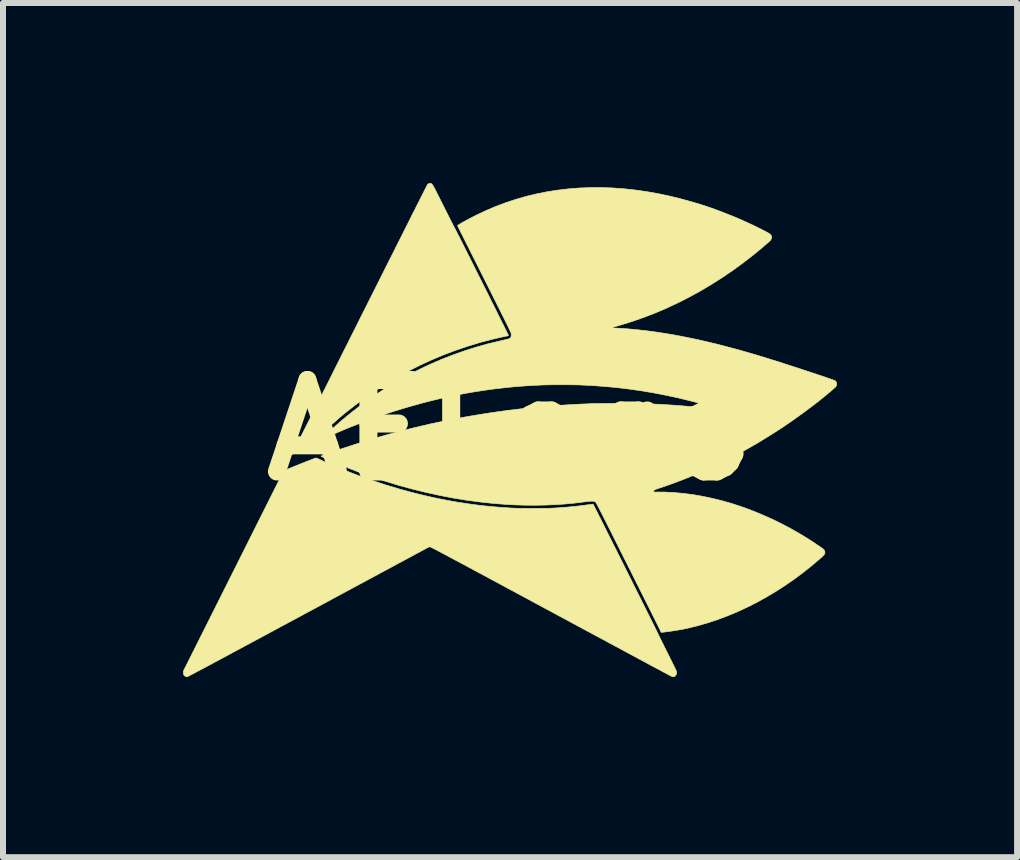
<source format=kicad_pcb>
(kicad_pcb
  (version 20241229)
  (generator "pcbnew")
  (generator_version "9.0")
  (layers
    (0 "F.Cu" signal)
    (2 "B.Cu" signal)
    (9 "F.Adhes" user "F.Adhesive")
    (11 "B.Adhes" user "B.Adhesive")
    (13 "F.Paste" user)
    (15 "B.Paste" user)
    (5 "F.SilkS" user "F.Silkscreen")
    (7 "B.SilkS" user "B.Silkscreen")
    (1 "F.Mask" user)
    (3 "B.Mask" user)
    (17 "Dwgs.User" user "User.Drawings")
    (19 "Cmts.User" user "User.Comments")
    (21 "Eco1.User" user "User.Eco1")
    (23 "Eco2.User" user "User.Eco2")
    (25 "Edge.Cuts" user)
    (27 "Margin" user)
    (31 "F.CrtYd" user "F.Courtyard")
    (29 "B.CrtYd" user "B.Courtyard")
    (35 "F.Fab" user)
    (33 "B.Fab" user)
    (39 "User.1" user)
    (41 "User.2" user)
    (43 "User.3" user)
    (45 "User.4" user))
  (footprint "AELogo"
    (layer "F.Cu")
    (at 5.446 4.115)
    (property "Reference" "AELogo" (at 0 0 0) (layer "F.SilkS") (effects (font (size 1.524 1.524) (thickness 0.3))))
    (attr through_hole)
    (fp_poly (pts (xy -1.323 -4.11) (xy -1.318 -4.109) (xy -1.314 -4.108) (xy -1.31 -4.106) (xy -1.306 -4.104) (xy -1.302 -4.1) (xy -1.297 -4.095) (xy -1.292 -4.087) (xy -1.285 -4.078) (xy -1.278 -4.066) (xy -1.269 -4.05) (xy -1.259 -4.032) (xy -1.247 -4.009) (xy -1.234 -3.983) (xy -1.218 -3.952) (xy -1.2 -3.916) (xy -1.179 -3.875) (xy -1.156 -3.829) (xy -1.13 -3.777) (xy -1.108 -3.732) (xy -1.084 -3.685) (xy -1.061 -3.639) (xy -1.039 -3.596) (xy -1.019 -3.556) (xy -1 -3.518) (xy -0.983 -3.484) (xy -0.967 -3.454) (xy -0.954 -3.428) (xy -0.943 -3.407) (xy -0.935 -3.391) (xy -0.929 -3.381) (xy -0.927 -3.377) (xy -0.927 -3.376) (xy -0.925 -3.373) (xy -0.92 -3.363) (xy -0.912 -3.348) (xy -0.901 -3.327) (xy -0.887 -3.3) (xy -0.872 -3.269) (xy -0.853 -3.233) (xy -0.833 -3.193) (xy -0.811 -3.149) (xy -0.787 -3.102) (xy -0.761 -3.051) (xy -0.734 -2.997) (xy -0.706 -2.94) (xy -0.676 -2.882) (xy -0.646 -2.821) (xy -0.614 -2.758) (xy -0.582 -2.694) (xy -0.55 -2.629) (xy -0.517 -2.563) (xy -0.483 -2.497) (xy -0.45 -2.431) (xy -0.417 -2.365) (xy -0.384 -2.3) (xy -0.352 -2.235) (xy -0.32 -2.171) (xy -0.289 -2.109) (xy -0.259 -2.049) (xy -0.23 -1.991) (xy -0.203 -1.936) (xy -0.176 -1.883) (xy -0.152 -1.833) (xy -0.129 -1.787) (xy -0.107 -1.745) (xy -0.088 -1.706) (xy -0.072 -1.672) (xy -0.057 -1.643) (xy -0.045 -1.619) (xy -0.036 -1.6) (xy -0.029 -1.586) (xy -0.026 -1.579) (xy -0.025 -1.578) (xy -0.028 -1.574) (xy -0.037 -1.57) (xy -0.046 -1.568) (xy -0.081 -1.562) (xy -0.121 -1.553) (xy -0.166 -1.543) (xy -0.214 -1.532) (xy -0.265 -1.52) (xy -0.318 -1.507) (xy -0.37 -1.493) (xy -0.422 -1.48) (xy -0.471 -1.467) (xy -0.518 -1.454) (xy -0.52 -1.453) (xy -0.723 -1.391) (xy -0.923 -1.323) (xy -1.12 -1.248) (xy -1.314 -1.166) (xy -1.505 -1.078) (xy -1.693 -0.983) (xy -1.878 -0.882) (xy -2.059 -0.774) (xy -2.238 -0.66) (xy -2.412 -0.539) (xy -2.584 -0.412) (xy -2.692 -0.328) (xy -2.765 -0.269) (xy -2.835 -0.211) (xy -2.902 -0.152) (xy -2.969 -0.093) (xy -3.037 -0.031) (xy -3.105 0.034) (xy -3.177 0.103) (xy -3.219 0.144) (xy -3.326 0.25) (xy -3.416 0.295) (xy -3.444 0.309) (xy -3.474 0.324) (xy -3.504 0.34) (xy -3.532 0.354) (xy -3.556 0.367) (xy -3.57 0.374) (xy -3.632 0.406) (xy -3.569 0.28) (xy -3.51 0.162) (xy -3.45 0.041) (xy -3.389 -0.08) (xy -3.327 -0.203) (xy -3.266 -0.326) (xy -3.203 -0.45) (xy -3.141 -0.575) (xy -3.078 -0.7) (xy -3.015 -0.825) (xy -2.953 -0.951) (xy -2.89 -1.076) (xy -2.827 -1.201) (xy -2.765 -1.326) (xy -2.702 -1.45) (xy -2.641 -1.573) (xy -2.579 -1.695) (xy -2.519 -1.816) (xy -2.459 -1.936) (xy -2.399 -2.054) (xy -2.341 -2.171) (xy -2.283 -2.286) (xy -2.226 -2.399) (xy -2.171 -2.51) (xy -2.116 -2.618) (xy -2.063 -2.724) (xy -2.011 -2.828) (xy -1.96 -2.928) (xy -1.911 -3.026) (xy -1.864 -3.12) (xy -1.818 -3.211) (xy -1.774 -3.299) (xy -1.732 -3.383) (xy -1.691 -3.463) (xy -1.653 -3.54) (xy -1.617 -3.612) (xy -1.582 -3.679) (xy -1.551 -3.743) (xy -1.521 -3.801) (xy -1.494 -3.855) (xy -1.469 -3.904) (xy -1.447 -3.948) (xy -1.428 -3.986) (xy -1.411 -4.019) (xy -1.397 -4.046) (xy -1.387 -4.067) (xy -1.379 -4.082) (xy -1.374 -4.091) (xy -1.372 -4.094) (xy -1.358 -4.104) (xy -1.34 -4.11) (xy -1.323 -4.11)) (stroke (width 0.01) (type solid)) (fill yes) (layer "F.SilkS"))
    (fp_poly (pts (xy -3.225 0.466) (xy -3.215 0.47) (xy -3.202 0.475) (xy -3.201 0.476) (xy -3.187 0.482) (xy -3.168 0.491) (xy -3.146 0.501) (xy -3.123 0.512) (xy -3.101 0.522) (xy -3.081 0.531) (xy -3.068 0.537) (xy -3.06 0.541) (xy -3.046 0.547) (xy -3.027 0.555) (xy -3.007 0.564) (xy -2.984 0.574) (xy -2.979 0.576) (xy -2.759 0.668) (xy -2.534 0.755) (xy -2.306 0.836) (xy -2.073 0.913) (xy -1.835 0.984) (xy -1.678 1.027) (xy -1.652 1.034) (xy -1.62 1.042) (xy -1.586 1.051) (xy -1.549 1.06) (xy -1.512 1.069) (xy -1.475 1.078) (xy -1.44 1.087) (xy -1.408 1.094) (xy -1.38 1.101) (xy -1.358 1.106) (xy -1.353 1.107) (xy -1.344 1.109) (xy -1.333 1.111) (xy -1.318 1.115) (xy -1.298 1.119) (xy -1.272 1.124) (xy -1.27 1.125) (xy -1.234 1.133) (xy -1.203 1.139) (xy -1.176 1.145) (xy -1.153 1.149) (xy -1.13 1.154) (xy -1.128 1.154) (xy -1.109 1.158) (xy -1.089 1.162) (xy -1.072 1.165) (xy -1.065 1.167) (xy -1.049 1.17) (xy -1.027 1.174) (xy -1.001 1.179) (xy -0.972 1.184) (xy -0.942 1.189) (xy -0.913 1.194) (xy -0.887 1.199) (xy -0.874 1.201) (xy -0.691 1.229) (xy -0.511 1.253) (xy -0.333 1.272) (xy -0.155 1.287) (xy 0.025 1.299) (xy 0.121 1.303) (xy 0.149 1.304) (xy 0.182 1.304) (xy 0.22 1.305) (xy 0.262 1.305) (xy 0.307 1.306) (xy 0.355 1.306) (xy 0.404 1.305) (xy 0.452 1.305) (xy 0.501 1.305) (xy 0.548 1.304) (xy 0.592 1.303) (xy 0.633 1.303) (xy 0.669 1.302) (xy 0.701 1.301) (xy 0.726 1.3) (xy 0.729 1.299) (xy 0.819 1.294) (xy 0.903 1.288) (xy 0.983 1.281) (xy 1.06 1.273) (xy 1.136 1.265) (xy 1.213 1.256) (xy 1.291 1.245) (xy 1.3 1.244) (xy 1.329 1.24) (xy 1.353 1.237) (xy 1.371 1.235) (xy 1.382 1.235) (xy 1.386 1.236) (xy 1.388 1.239) (xy 1.393 1.249) (xy 1.401 1.265) (xy 1.412 1.286) (xy 1.425 1.313) (xy 1.441 1.345) (xy 1.46 1.381) (xy 1.48 1.422) (xy 1.503 1.467) (xy 1.528 1.516) (xy 1.554 1.568) (xy 1.582 1.624) (xy 1.611 1.683) (xy 1.642 1.744) (xy 1.674 1.808) (xy 1.707 1.873) (xy 1.741 1.941) (xy 1.776 2.01) (xy 1.811 2.081) (xy 1.847 2.152) (xy 1.883 2.224) (xy 1.919 2.296) (xy 1.955 2.368) (xy 1.991 2.44) (xy 2.027 2.512) (xy 2.062 2.582) (xy 2.097 2.652) (xy 2.131 2.72) (xy 2.164 2.786) (xy 2.196 2.85) (xy 2.227 2.912) (xy 2.257 2.972) (xy 2.285 3.029) (xy 2.312 3.082) (xy 2.337 3.132) (xy 2.36 3.178) (xy 2.381 3.22) (xy 2.4 3.258) (xy 2.416 3.291) (xy 2.43 3.319) (xy 2.441 3.342) (xy 2.45 3.36) (xy 2.455 3.371) (xy 2.458 3.377) (xy 2.458 3.377) (xy 2.46 3.381) (xy 2.464 3.391) (xy 2.472 3.406) (xy 2.482 3.427) (xy 2.494 3.452) (xy 2.509 3.482) (xy 2.525 3.515) (xy 2.544 3.552) (xy 2.563 3.591) (xy 2.584 3.634) (xy 2.606 3.678) (xy 2.618 3.7) (xy 2.644 3.753) (xy 2.667 3.8) (xy 2.688 3.841) (xy 2.705 3.876) (xy 2.72 3.907) (xy 2.733 3.933) (xy 2.744 3.955) (xy 2.753 3.974) (xy 2.76 3.989) (xy 2.766 4.002) (xy 2.77 4.011) (xy 2.773 4.019) (xy 2.775 4.025) (xy 2.776 4.03) (xy 2.777 4.034) (xy 2.777 4.038) (xy 2.777 4.039) (xy 2.774 4.06) (xy 2.766 4.078) (xy 2.755 4.093) (xy 2.741 4.105) (xy 2.724 4.11) (xy 2.707 4.11) (xy 2.706 4.11) (xy 2.702 4.108) (xy 2.692 4.103) (xy 2.676 4.094) (xy 2.654 4.083) (xy 2.627 4.068) (xy 2.594 4.05) (xy 2.555 4.03) (xy 2.512 4.006) (xy 2.463 3.98) (xy 2.41 3.952) (xy 2.352 3.921) (xy 2.289 3.887) (xy 2.222 3.851) (xy 2.151 3.813) (xy 2.076 3.772) (xy 1.997 3.73) (xy 1.915 3.686) (xy 1.829 3.639) (xy 1.739 3.591) (xy 1.647 3.542) (xy 1.552 3.49) (xy 1.453 3.437) (xy 1.353 3.383) (xy 1.249 3.328) (xy 1.144 3.271) (xy 1.036 3.213) (xy 0.927 3.154) (xy 0.815 3.094) (xy 0.703 3.033) (xy 0.69 3.026) (xy 0.552 2.952) (xy 0.421 2.882) (xy 0.296 2.814) (xy 0.177 2.75) (xy 0.064 2.689) (xy -0.044 2.631) (xy -0.146 2.576) (xy -0.243 2.524) (xy -0.334 2.475) (xy -0.42 2.428) (xy -0.502 2.385) (xy -0.578 2.344) (xy -0.65 2.305) (xy -0.717 2.269) (xy -0.78 2.235) (xy -0.839 2.204) (xy -0.893 2.175) (xy -0.944 2.148) (xy -0.99 2.123) (xy -1.033 2.1) (xy -1.072 2.079) (xy -1.108 2.06) (xy -1.141 2.042) (xy -1.17 2.027) (xy -1.197 2.013) (xy -1.22 2) (xy -1.241 1.989) (xy -1.26 1.98) (xy -1.276 1.972) (xy -1.289 1.965) (xy -1.301 1.959) (xy -1.31 1.954) (xy -1.318 1.951) (xy -1.323 1.948) (xy -1.328 1.946) (xy -1.33 1.945) (xy -1.332 1.945) (xy -1.345 1.947) (xy -1.358 1.951) (xy -1.362 1.953) (xy -1.366 1.955) (xy -1.376 1.96) (xy -1.392 1.969) (xy -1.415 1.981) (xy -1.442 1.996) (xy -1.476 2.014) (xy -1.514 2.035) (xy -1.558 2.058) (xy -1.607 2.085) (xy -1.661 2.114) (xy -1.719 2.145) (xy -1.782 2.179) (xy -1.85 2.215) (xy -1.921 2.254) (xy -1.996 2.294) (xy -2.075 2.337) (xy -2.158 2.381) (xy -2.244 2.428) (xy -2.334 2.476) (xy -2.426 2.526) (xy -2.522 2.577) (xy -2.62 2.63) (xy -2.721 2.684) (xy -2.824 2.74) (xy -2.93 2.797) (xy -3.037 2.855) (xy -3.147 2.914) (xy -3.258 2.974) (xy -3.37 3.034) (xy -3.371 3.034) (xy -3.523 3.117) (xy -3.67 3.196) (xy -3.811 3.271) (xy -3.946 3.344) (xy -4.075 3.414) (xy -4.198 3.48) (xy -4.315 3.543) (xy -4.426 3.602) (xy -4.531 3.659) (xy -4.63 3.712) (xy -4.723 3.762) (xy -4.81 3.809) (xy -4.891 3.852) (xy -4.965 3.892) (xy -5.034 3.929) (xy -5.096 3.962) (xy -5.152 3.992) (xy -5.202 4.018) (xy -5.246 4.042) (xy -5.284 4.062) (xy -5.315 4.078) (xy -5.34 4.091) (xy -5.358 4.101) (xy -5.371 4.107) (xy -5.377 4.11) (xy -5.377 4.11) (xy -5.392 4.109) (xy -5.405 4.104) (xy -5.42 4.094) (xy -5.431 4.082) (xy -5.436 4.072) (xy -5.44 4.063) (xy -5.441 4.051) (xy -5.441 4.041) (xy -5.441 4.015) (xy -4.604 2.346) (xy -3.768 0.677) (xy -3.708 0.652) (xy -3.677 0.639) (xy -3.644 0.626) (xy -3.608 0.611) (xy -3.571 0.596) (xy -3.533 0.581) (xy -3.495 0.565) (xy -3.457 0.55) (xy -3.42 0.535) (xy -3.384 0.521) (xy -3.351 0.509) (xy -3.32 0.497) (xy -3.293 0.486) (xy -3.27 0.478) (xy -3.252 0.471) (xy -3.239 0.467) (xy -3.232 0.465) (xy -3.231 0.464) (xy -3.225 0.466)) (stroke (width 0.01) (type solid)) (fill yes) (layer "F.SilkS"))
    (fp_poly (pts (xy 1.708 -4.034) (xy 1.895 -4.021) (xy 2.084 -4) (xy 2.275 -3.973) (xy 2.468 -3.939) (xy 2.662 -3.898) (xy 2.857 -3.85) (xy 3.054 -3.795) (xy 3.174 -3.759) (xy 3.3 -3.718) (xy 3.428 -3.673) (xy 3.557 -3.624) (xy 3.686 -3.573) (xy 3.814 -3.52) (xy 3.939 -3.464) (xy 4.06 -3.408) (xy 4.177 -3.35) (xy 4.276 -3.299) (xy 4.301 -3.285) (xy 4.321 -3.273) (xy 4.335 -3.262) (xy 4.345 -3.252) (xy 4.352 -3.242) (xy 4.356 -3.231) (xy 4.358 -3.227) (xy 4.36 -3.207) (xy 4.355 -3.188) (xy 4.345 -3.169) (xy 4.33 -3.153) (xy 4.307 -3.131) (xy 4.279 -3.106) (xy 4.246 -3.078) (xy 4.21 -3.047) (xy 4.171 -3.014) (xy 4.13 -2.98) (xy 4.087 -2.945) (xy 4.043 -2.909) (xy 3.999 -2.875) (xy 3.955 -2.841) (xy 3.913 -2.809) (xy 3.893 -2.793) (xy 3.718 -2.665) (xy 3.54 -2.544) (xy 3.359 -2.429) (xy 3.177 -2.32) (xy 2.992 -2.219) (xy 2.805 -2.124) (xy 2.617 -2.035) (xy 2.427 -1.954) (xy 2.236 -1.88) (xy 2.043 -1.812) (xy 1.849 -1.752) (xy 1.751 -1.724) (xy 1.73 -1.719) (xy 1.715 -1.714) (xy 1.704 -1.711) (xy 1.698 -1.708) (xy 1.698 -1.706) (xy 1.703 -1.704) (xy 1.715 -1.703) (xy 1.733 -1.701) (xy 1.758 -1.7) (xy 1.789 -1.698) (xy 1.794 -1.698) (xy 1.946 -1.688) (xy 2.102 -1.674) (xy 2.264 -1.656) (xy 2.43 -1.634) (xy 2.599 -1.608) (xy 2.773 -1.578) (xy 2.949 -1.544) (xy 3.127 -1.507) (xy 3.308 -1.465) (xy 3.442 -1.433) (xy 3.521 -1.413) (xy 3.6 -1.392) (xy 3.679 -1.371) (xy 3.759 -1.35) (xy 3.84 -1.328) (xy 3.922 -1.304) (xy 4.006 -1.28) (xy 4.092 -1.255) (xy 4.181 -1.228) (xy 4.273 -1.2) (xy 4.368 -1.17) (xy 4.468 -1.139) (xy 4.572 -1.105) (xy 4.681 -1.07) (xy 4.796 -1.033) (xy 4.916 -0.993) (xy 5.043 -0.951) (xy 5.074 -0.941) (xy 5.133 -0.921) (xy 5.186 -0.904) (xy 5.233 -0.888) (xy 5.273 -0.874) (xy 5.308 -0.862) (xy 5.338 -0.852) (xy 5.362 -0.843) (xy 5.382 -0.836) (xy 5.397 -0.831) (xy 5.408 -0.826) (xy 5.415 -0.823) (xy 5.418 -0.821) (xy 5.432 -0.805) (xy 5.44 -0.786) (xy 5.443 -0.765) (xy 5.439 -0.745) (xy 5.43 -0.726) (xy 5.423 -0.717) (xy 5.412 -0.707) (xy 5.396 -0.693) (xy 5.376 -0.675) (xy 5.352 -0.655) (xy 5.325 -0.632) (xy 5.296 -0.608) (xy 5.265 -0.582) (xy 5.233 -0.556) (xy 5.201 -0.53) (xy 5.169 -0.504) (xy 5.138 -0.479) (xy 5.108 -0.456) (xy 5.097 -0.447) (xy 4.908 -0.304) (xy 4.715 -0.165) (xy 4.52 -0.032) (xy 4.321 0.095) (xy 4.12 0.218) (xy 3.917 0.334) (xy 3.713 0.445) (xy 3.506 0.549) (xy 3.299 0.648) (xy 3.091 0.74) (xy 2.882 0.825) (xy 2.674 0.903) (xy 2.466 0.974) (xy 2.446 0.981) (xy 2.418 0.99) (xy 2.39 0.999) (xy 2.364 1.007) (xy 2.341 1.015) (xy 2.321 1.021) (xy 2.31 1.025) (xy 2.295 1.03) (xy 2.285 1.033) (xy 2.281 1.036) (xy 2.282 1.036) (xy 2.282 1.036) (xy 2.289 1.035) (xy 2.302 1.035) (xy 2.32 1.034) (xy 2.343 1.033) (xy 2.368 1.033) (xy 2.396 1.032) (xy 2.411 1.032) (xy 2.566 1.032) (xy 2.722 1.04) (xy 2.881 1.054) (xy 3.041 1.074) (xy 3.203 1.102) (xy 3.366 1.136) (xy 3.529 1.176) (xy 3.694 1.223) (xy 3.859 1.277) (xy 3.932 1.303) (xy 4.087 1.362) (xy 4.243 1.428) (xy 4.4 1.499) (xy 4.554 1.576) (xy 4.707 1.658) (xy 4.856 1.744) (xy 4.934 1.792) (xy 4.956 1.805) (xy 4.98 1.82) (xy 5.007 1.838) (xy 5.035 1.856) (xy 5.064 1.875) (xy 5.092 1.894) (xy 5.12 1.913) (xy 5.146 1.93) (xy 5.169 1.946) (xy 5.189 1.96) (xy 5.204 1.97) (xy 5.214 1.978) (xy 5.215 1.978) (xy 5.232 1.996) (xy 5.243 2.015) (xy 5.247 2.036) (xy 5.247 2.037) (xy 5.246 2.048) (xy 5.243 2.058) (xy 5.238 2.069) (xy 5.23 2.08) (xy 5.217 2.094) (xy 5.2 2.11) (xy 5.178 2.13) (xy 5.177 2.131) (xy 5.032 2.255) (xy 4.884 2.373) (xy 4.733 2.485) (xy 4.58 2.591) (xy 4.424 2.691) (xy 4.266 2.785) (xy 4.107 2.873) (xy 3.945 2.954) (xy 3.783 3.029) (xy 3.619 3.097) (xy 3.454 3.159) (xy 3.289 3.213) (xy 3.122 3.261) (xy 2.956 3.301) (xy 2.927 3.307) (xy 2.867 3.32) (xy 2.803 3.331) (xy 2.735 3.342) (xy 2.662 3.353) (xy 2.583 3.363) (xy 2.534 3.369) (xy 2.524 3.37) (xy 2.519 3.368) (xy 2.515 3.362) (xy 2.512 3.355) (xy 2.51 3.35) (xy 2.504 3.338) (xy 2.496 3.321) (xy 2.484 3.298) (xy 2.47 3.269) (xy 2.453 3.234) (xy 2.432 3.193) (xy 2.409 3.146) (xy 2.383 3.094) (xy 2.354 3.035) (xy 2.321 2.97) (xy 2.286 2.899) (xy 2.247 2.822) (xy 2.205 2.738) (xy 2.16 2.649) (xy 2.112 2.553) (xy 2.061 2.451) (xy 2.007 2.342) (xy 1.949 2.227) (xy 1.888 2.106) (xy 1.824 1.978) (xy 1.819 1.968) (xy 1.776 1.882) (xy 1.736 1.803) (xy 1.7 1.73) (xy 1.666 1.662) (xy 1.634 1.6) (xy 1.606 1.544) (xy 1.58 1.493) (xy 1.557 1.447) (xy 1.536 1.405) (xy 1.517 1.368) (xy 1.5 1.336) (xy 1.486 1.307) (xy 1.473 1.283) (xy 1.462 1.262) (xy 1.453 1.245) (xy 1.445 1.23) (xy 1.439 1.219) (xy 1.434 1.211) (xy 1.431 1.205) (xy 1.428 1.202) (xy 1.428 1.201) (xy 1.419 1.195) (xy 1.408 1.19) (xy 1.396 1.186) (xy 1.381 1.184) (xy 1.362 1.184) (xy 1.339 1.185) (xy 1.311 1.187) (xy 1.277 1.191) (xy 1.238 1.196) (xy 1.232 1.197) (xy 1.079 1.216) (xy 0.92 1.231) (xy 0.757 1.242) (xy 0.591 1.249) (xy 0.423 1.252) (xy 0.252 1.251) (xy 0.081 1.246) (xy -0.053 1.239) (xy -0.274 1.222) (xy -0.498 1.198) (xy -0.724 1.168) (xy -0.95 1.131) (xy -1.177 1.087) (xy -1.404 1.037) (xy -1.632 0.981) (xy -1.859 0.919) (xy -2.085 0.85) (xy -2.31 0.775) (xy -2.533 0.695) (xy -2.754 0.608) (xy -2.961 0.521) (xy -2.99 0.509) (xy -3.018 0.496) (xy -3.046 0.484) (xy -3.072 0.472) (xy -3.096 0.461) (xy -3.115 0.452) (xy -3.131 0.444) (xy -3.142 0.439) (xy -3.147 0.436) (xy -3.147 0.436) (xy -3.146 0.433) (xy -3.139 0.429) (xy -3.129 0.425) (xy -3.12 0.422) (xy -3.105 0.417) (xy -3.086 0.41) (xy -3.063 0.402) (xy -3.038 0.393) (xy -3.015 0.385) (xy -2.99 0.376) (xy -2.959 0.365) (xy -2.924 0.353) (xy -2.887 0.34) (xy -2.849 0.327) (xy -2.812 0.314) (xy -2.783 0.304) (xy -2.601 0.244) (xy -2.422 0.188) (xy -2.245 0.134) (xy -2.067 0.083) (xy -1.886 0.034) (xy -1.809 0.014) (xy -1.792 0.01) (xy -1.771 0.004) (xy -1.747 -0.002) (xy -1.722 -0.008) (xy -1.696 -0.014) (xy -1.67 -0.021) (xy -1.646 -0.027) (xy -1.625 -0.032) (xy -1.607 -0.037) (xy -1.594 -0.04) (xy -1.586 -0.042) (xy -1.586 -0.042) (xy -1.58 -0.043) (xy -1.569 -0.046) (xy -1.555 -0.049) (xy -1.548 -0.05) (xy -1.512 -0.059) (xy -1.482 -0.066) (xy -1.457 -0.072) (xy -1.438 -0.076) (xy -1.424 -0.08) (xy -1.414 -0.082) (xy -1.412 -0.082) (xy -1.401 -0.084) (xy -1.392 -0.087) (xy -1.38 -0.09) (xy -1.37 -0.092) (xy -1.358 -0.095) (xy -1.347 -0.098) (xy -1.339 -0.1) (xy -1.334 -0.101) (xy -1.333 -0.101) (xy -1.329 -0.102) (xy -1.322 -0.103) (xy -1.31 -0.106) (xy -1.303 -0.107) (xy -1.294 -0.109) (xy -1.281 -0.112) (xy -1.275 -0.113) (xy -1.263 -0.115) (xy -1.252 -0.118) (xy -1.248 -0.118) (xy -1.239 -0.12) (xy -1.234 -0.122) (xy -1.228 -0.123) (xy -1.215 -0.126) (xy -1.198 -0.13) (xy -1.176 -0.134) (xy -1.151 -0.139) (xy -1.123 -0.145) (xy -1.094 -0.151) (xy -1.065 -0.157) (xy -1.036 -0.163) (xy -1.009 -0.168) (xy -0.984 -0.173) (xy -0.962 -0.178) (xy -0.944 -0.181) (xy -0.934 -0.183) (xy -0.923 -0.185) (xy -0.914 -0.187) (xy -0.906 -0.189) (xy -0.893 -0.191) (xy -0.885 -0.192) (xy -0.872 -0.195) (xy -0.861 -0.197) (xy -0.856 -0.198) (xy -0.846 -0.2) (xy -0.836 -0.202) (xy -0.827 -0.203) (xy -0.82 -0.205) (xy -0.813 -0.206) (xy -0.803 -0.208) (xy -0.798 -0.209) (xy -0.788 -0.21) (xy -0.781 -0.212) (xy -0.78 -0.212) (xy -0.776 -0.213) (xy -0.767 -0.215) (xy -0.76 -0.216) (xy -0.75 -0.217) (xy -0.742 -0.219) (xy -0.74 -0.219) (xy -0.736 -0.221) (xy -0.727 -0.222) (xy -0.722 -0.223) (xy -0.706 -0.225) (xy -0.691 -0.228) (xy -0.673 -0.231) (xy -0.666 -0.232) (xy -0.653 -0.235) (xy -0.641 -0.237) (xy -0.637 -0.237) (xy -0.625 -0.239) (xy -0.613 -0.241) (xy -0.601 -0.243) (xy -0.591 -0.245) (xy -0.579 -0.247) (xy -0.569 -0.249) (xy -0.557 -0.251) (xy -0.547 -0.252) (xy -0.535 -0.254) (xy -0.527 -0.256) (xy -0.516 -0.258) (xy -0.506 -0.259) (xy -0.497 -0.261) (xy -0.483 -0.263) (xy -0.466 -0.265) (xy -0.45 -0.268) (xy -0.437 -0.27) (xy -0.435 -0.27) (xy -0.417 -0.273) (xy -0.401 -0.275) (xy -0.39 -0.277) (xy -0.387 -0.278) (xy -0.378 -0.279) (xy -0.367 -0.281) (xy -0.365 -0.281) (xy -0.343 -0.285) (xy -0.321 -0.288) (xy -0.301 -0.291) (xy -0.289 -0.292) (xy -0.278 -0.294) (xy -0.269 -0.295) (xy -0.257 -0.297) (xy -0.239 -0.3) (xy -0.218 -0.303) (xy -0.21 -0.304) (xy -0.197 -0.306) (xy -0.182 -0.308) (xy -0.178 -0.308) (xy -0.153 -0.312) (xy -0.134 -0.314) (xy -0.118 -0.317) (xy -0.112 -0.318) (xy -0.108 -0.318) (xy 3.583 -0.318) (xy 3.583 -0.316) (xy 3.585 -0.316) (xy 3.588 -0.317) (xy 3.587 -0.318) (xy 3.583 -0.319) (xy 3.583 -0.318) (xy -0.108 -0.318) (xy -0.104 -0.319) (xy -0.091 -0.32) (xy -0.082 -0.321) (xy -0.069 -0.323) (xy -0.059 -0.324) (xy -0.054 -0.325) (xy -0.048 -0.326) (xy -0.037 -0.327) (xy -0.027 -0.329) (xy -0.015 -0.33) (xy -0.004 -0.331) (xy 0 -0.332) (xy 0.006 -0.333) (xy 0.017 -0.334) (xy 0.029 -0.336) (xy 0.042 -0.337) (xy 0.053 -0.338) (xy 0.058 -0.339) (xy 0.064 -0.34) (xy 0.075 -0.341) (xy 0.089 -0.343) (xy 0.089 -0.343) (xy 0.103 -0.344) (xy 0.114 -0.346) (xy 0.12 -0.347) (xy 0.127 -0.348) (xy 0.138 -0.349) (xy 0.151 -0.35) (xy 0.165 -0.352) (xy 0.176 -0.353) (xy 0.181 -0.354) (xy 0.188 -0.355) (xy 0.199 -0.356) (xy 0.212 -0.357) (xy 0.214 -0.357) (xy 0.228 -0.359) (xy 0.24 -0.36) (xy 0.247 -0.361) (xy 0.247 -0.361) (xy 0.253 -0.362) (xy 0.265 -0.363) (xy 0.279 -0.365) (xy 0.282 -0.365) (xy 0.296 -0.366) (xy 0.308 -0.367) (xy 0.315 -0.368) (xy 0.316 -0.368) (xy 0.322 -0.369) (xy 0.334 -0.37) (xy 0.348 -0.372) (xy 0.351 -0.372) (xy 0.365 -0.373) (xy 0.379 -0.375) (xy 0.387 -0.376) (xy 0.388 -0.376) (xy 0.396 -0.377) (xy 0.409 -0.378) (xy 0.423 -0.379) (xy 0.438 -0.38) (xy 0.453 -0.382) (xy 0.463 -0.383) (xy 0.49 -0.386) (xy 0.522 -0.388) (xy 0.542 -0.39) (xy 0.557 -0.391) (xy 0.572 -0.393) (xy 0.581 -0.394) (xy 0.59 -0.395) (xy 0.604 -0.396) (xy 0.62 -0.397) (xy 0.626 -0.397) (xy 0.642 -0.399) (xy 0.656 -0.4) (xy 0.665 -0.401) (xy 0.668 -0.401) (xy 0.675 -0.402) (xy 0.688 -0.403) (xy 0.703 -0.404) (xy 0.715 -0.405) (xy 0.732 -0.406) (xy 0.748 -0.407) (xy 0.761 -0.408) (xy 0.766 -0.408) (xy 0.775 -0.409) (xy 0.789 -0.41) (xy 0.805 -0.411) (xy 0.818 -0.412) (xy 0.836 -0.413) (xy 0.852 -0.414) (xy 0.865 -0.415) (xy 0.871 -0.415) (xy 0.879 -0.416) (xy 0.893 -0.417) (xy 0.911 -0.418) (xy 0.929 -0.419) (xy 0.948 -0.42) (xy 0.965 -0.421) (xy 0.979 -0.422) (xy 0.987 -0.423) (xy 0.995 -0.423) (xy 1.009 -0.424) (xy 1.026 -0.425) (xy 1.046 -0.426) (xy 1.054 -0.426) (xy 1.075 -0.427) (xy 1.094 -0.428) (xy 1.111 -0.429) (xy 1.122 -0.43) (xy 1.125 -0.43) (xy 1.134 -0.43) (xy 1.148 -0.431) (xy 1.167 -0.432) (xy 1.189 -0.433) (xy 1.21 -0.434) (xy 1.233 -0.435) (xy 1.254 -0.435) (xy 1.273 -0.436) (xy 1.287 -0.437) (xy 1.295 -0.437) (xy 1.319 -0.439) (xy 1.349 -0.44) (xy 1.384 -0.441) (xy 1.425 -0.441) (xy 1.471 -0.442) (xy 1.52 -0.443) (xy 1.573 -0.443) (xy 1.628 -0.444) (xy 1.685 -0.444) (xy 1.744 -0.444) (xy 1.803 -0.444) (xy 1.862 -0.444) (xy 1.92 -0.444) (xy 1.977 -0.444) (xy 2.032 -0.443) (xy 2.085 -0.443) (xy 2.134 -0.442) (xy 2.179 -0.442) (xy 2.22 -0.441) (xy 2.255 -0.44) (xy 2.284 -0.439) (xy 2.307 -0.437) (xy 2.308 -0.437) (xy 2.317 -0.437) (xy 2.331 -0.436) (xy 2.35 -0.435) (xy 2.372 -0.435) (xy 2.393 -0.434) (xy 2.416 -0.433) (xy 2.436 -0.432) (xy 2.454 -0.431) (xy 2.467 -0.431) (xy 2.475 -0.43) (xy 2.483 -0.429) (xy 2.497 -0.429) (xy 2.514 -0.428) (xy 2.534 -0.427) (xy 2.54 -0.426) (xy 2.56 -0.425) (xy 2.578 -0.424) (xy 2.593 -0.424) (xy 2.603 -0.423) (xy 2.605 -0.423) (xy 2.614 -0.422) (xy 2.628 -0.421) (xy 2.645 -0.42) (xy 2.662 -0.419) (xy 2.68 -0.418) (xy 2.697 -0.417) (xy 2.71 -0.416) (xy 2.718 -0.415) (xy 2.727 -0.415) (xy 2.741 -0.414) (xy 2.758 -0.413) (xy 2.767 -0.412) (xy 2.784 -0.411) (xy 2.8 -0.41) (xy 2.812 -0.409) (xy 2.816 -0.408) (xy 2.825 -0.408) (xy 2.839 -0.406) (xy 2.856 -0.405) (xy 2.861 -0.405) (xy 2.877 -0.403) (xy 2.891 -0.402) (xy 2.901 -0.401) (xy 2.903 -0.401) (xy 2.911 -0.4) (xy 2.923 -0.399) (xy 2.939 -0.398) (xy 2.944 -0.397) (xy 2.96 -0.396) (xy 2.972 -0.395) (xy 2.981 -0.394) (xy 2.982 -0.394) (xy 2.989 -0.393) (xy 3 -0.392) (xy 3.014 -0.391) (xy 3.021 -0.39) (xy 3.036 -0.389) (xy 3.049 -0.388) (xy 3.057 -0.387) (xy 3.059 -0.387) (xy 3.065 -0.386) (xy 3.076 -0.385) (xy 3.09 -0.383) (xy 3.093 -0.383) (xy 3.107 -0.382) (xy 3.119 -0.38) (xy 3.127 -0.379) (xy 3.127 -0.379) (xy 3.134 -0.378) (xy 3.145 -0.377) (xy 3.159 -0.376) (xy 3.159 -0.376) (xy 3.173 -0.374) (xy 3.185 -0.373) (xy 3.193 -0.372) (xy 3.202 -0.371) (xy 3.214 -0.369) (xy 3.224 -0.368) (xy 3.237 -0.367) (xy 3.249 -0.365) (xy 3.255 -0.365) (xy 3.264 -0.363) (xy 3.278 -0.362) (xy 3.297 -0.359) (xy 3.315 -0.357) (xy 3.327 -0.356) (xy 3.338 -0.354) (xy 3.342 -0.354) (xy 3.351 -0.352) (xy 3.363 -0.351) (xy 3.369 -0.35) (xy 3.381 -0.348) (xy 3.39 -0.347) (xy 3.393 -0.347) (xy 3.399 -0.346) (xy 3.41 -0.344) (xy 3.418 -0.343) (xy 3.43 -0.341) (xy 3.44 -0.34) (xy 3.444 -0.339) (xy 3.451 -0.338) (xy 3.462 -0.337) (xy 3.469 -0.336) (xy 3.481 -0.334) (xy 3.491 -0.333) (xy 3.494 -0.332) (xy 3.501 -0.331) (xy 3.512 -0.329) (xy 3.514 -0.329) (xy 3.526 -0.327) (xy 3.537 -0.325) (xy 3.538 -0.325) (xy 3.55 -0.323) (xy 3.562 -0.321) (xy 3.572 -0.32) (xy 3.577 -0.32) (xy 3.578 -0.32) (xy 3.573 -0.322) (xy 3.563 -0.326) (xy 3.546 -0.332) (xy 3.525 -0.339) (xy 3.499 -0.347) (xy 3.47 -0.356) (xy 3.438 -0.365) (xy 3.403 -0.376) (xy 3.367 -0.386) (xy 3.33 -0.397) (xy 3.293 -0.408) (xy 3.256 -0.419) (xy 3.22 -0.429) (xy 3.186 -0.439) (xy 3.155 -0.447) (xy 3.127 -0.455) (xy 3.124 -0.456) (xy 3.113 -0.459) (xy 3.097 -0.463) (xy 3.077 -0.468) (xy 3.056 -0.474) (xy 3.033 -0.48) (xy 3.011 -0.485) (xy 2.99 -0.491) (xy 2.971 -0.495) (xy 2.956 -0.499) (xy 2.946 -0.502) (xy 2.943 -0.503) (xy 2.937 -0.504) (xy 2.926 -0.506) (xy 2.911 -0.51) (xy 2.893 -0.514) (xy 2.885 -0.516) (xy 2.85 -0.525) (xy 2.82 -0.532) (xy 2.795 -0.538) (xy 2.776 -0.542) (xy 2.763 -0.545) (xy 2.758 -0.546) (xy 2.748 -0.548) (xy 2.744 -0.549) (xy 2.735 -0.552) (xy 2.729 -0.553) (xy 2.716 -0.555) (xy 2.699 -0.559) (xy 2.677 -0.563) (xy 2.65 -0.569) (xy 2.631 -0.573) (xy 2.612 -0.577) (xy 2.594 -0.581) (xy 2.58 -0.584) (xy 2.571 -0.586) (xy 2.57 -0.586) (xy 2.561 -0.588) (xy 2.548 -0.59) (xy 2.542 -0.591) (xy 2.527 -0.594) (xy 2.515 -0.597) (xy 2.501 -0.599) (xy 2.486 -0.602) (xy 2.473 -0.605) (xy 2.461 -0.607) (xy 2.457 -0.608) (xy 2.446 -0.61) (xy 2.437 -0.612) (xy 2.427 -0.613) (xy 2.42 -0.615) (xy 2.413 -0.616) (xy 2.403 -0.618) (xy 2.4 -0.619) (xy 2.38 -0.622) (xy 2.363 -0.625) (xy 2.346 -0.628) (xy 2.332 -0.63) (xy 2.32 -0.632) (xy 2.316 -0.633) (xy 2.303 -0.635) (xy 2.292 -0.637) (xy 2.281 -0.639) (xy 2.271 -0.64) (xy 2.261 -0.642) (xy 2.251 -0.644) (xy 2.238 -0.646) (xy 2.227 -0.648) (xy 2.216 -0.65) (xy 2.206 -0.651) (xy 2.197 -0.653) (xy 2.185 -0.655) (xy 2.181 -0.655) (xy 2.17 -0.657) (xy 2.161 -0.658) (xy 2.159 -0.659) (xy 2.152 -0.66) (xy 2.142 -0.661) (xy 2.134 -0.662) (xy 2.122 -0.664) (xy 2.112 -0.665) (xy 2.109 -0.666) (xy 2.102 -0.667) (xy 2.091 -0.668) (xy 2.083 -0.669) (xy 2.071 -0.671) (xy 2.061 -0.673) (xy 2.057 -0.673) (xy 2.05 -0.674) (xy 2.039 -0.676) (xy 2.032 -0.677) (xy 2.02 -0.678) (xy 2.01 -0.68) (xy 2.007 -0.68) (xy 2 -0.681) (xy 1.989 -0.683) (xy 1.979 -0.684) (xy 1.966 -0.685) (xy 1.954 -0.687) (xy 1.949 -0.688) (xy 1.939 -0.689) (xy 1.927 -0.69) (xy 1.922 -0.691) (xy 1.907 -0.693) (xy 1.891 -0.695) (xy 1.888 -0.695) (xy 1.875 -0.697) (xy 1.864 -0.698) (xy 1.861 -0.699) (xy 1.853 -0.7) (xy 1.841 -0.701) (xy 1.827 -0.702) (xy 1.813 -0.704) (xy 1.802 -0.705) (xy 1.796 -0.706) (xy 1.796 -0.706) (xy 1.79 -0.707) (xy 1.778 -0.708) (xy 1.764 -0.709) (xy 1.761 -0.71) (xy 1.747 -0.711) (xy 1.735 -0.712) (xy 1.728 -0.713) (xy 1.727 -0.713) (xy 1.721 -0.714) (xy 1.71 -0.715) (xy 1.695 -0.716) (xy 1.689 -0.717) (xy 1.674 -0.718) (xy 1.661 -0.719) (xy 1.652 -0.72) (xy 1.65 -0.72) (xy 1.644 -0.721) (xy 1.633 -0.722) (xy 1.618 -0.723) (xy 1.609 -0.724) (xy 1.593 -0.725) (xy 1.579 -0.726) (xy 1.57 -0.727) (xy 1.568 -0.728) (xy 1.562 -0.728) (xy 1.551 -0.729) (xy 1.536 -0.73) (xy 1.524 -0.731) (xy 1.507 -0.732) (xy 1.491 -0.733) (xy 1.478 -0.734) (xy 1.473 -0.735) (xy 1.465 -0.736) (xy 1.451 -0.736) (xy 1.433 -0.738) (xy 1.417 -0.738) (xy 1.399 -0.74) (xy 1.382 -0.741) (xy 1.368 -0.742) (xy 1.361 -0.742) (xy 1.353 -0.743) (xy 1.339 -0.743) (xy 1.321 -0.744) (xy 1.301 -0.745) (xy 1.292 -0.746) (xy 1.271 -0.747) (xy 1.251 -0.748) (xy 1.233 -0.749) (xy 1.221 -0.749) (xy 1.217 -0.749) (xy 1.193 -0.751) (xy 1.163 -0.752) (xy 1.127 -0.753) (xy 1.086 -0.754) (xy 1.042 -0.754) (xy 0.994 -0.755) (xy 0.944 -0.755) (xy 0.892 -0.755) (xy 0.84 -0.755) (xy 0.788 -0.755) (xy 0.737 -0.755) (xy 0.688 -0.755) (xy 0.642 -0.754) (xy 0.599 -0.753) (xy 0.561 -0.752) (xy 0.528 -0.751) (xy 0.501 -0.75) (xy 0.493 -0.749) (xy 0.484 -0.749) (xy 0.469 -0.748) (xy 0.451 -0.747) (xy 0.43 -0.746) (xy 0.419 -0.746) (xy 0.398 -0.745) (xy 0.379 -0.744) (xy 0.363 -0.743) (xy 0.352 -0.742) (xy 0.348 -0.742) (xy 0.34 -0.741) (xy 0.326 -0.74) (xy 0.309 -0.739) (xy 0.292 -0.738) (xy 0.274 -0.737) (xy 0.257 -0.736) (xy 0.243 -0.735) (xy 0.236 -0.735) (xy 0.227 -0.734) (xy 0.213 -0.733) (xy 0.196 -0.732) (xy 0.183 -0.731) (xy 0.167 -0.73) (xy 0.152 -0.729) (xy 0.142 -0.728) (xy 0.138 -0.728) (xy 0.132 -0.727) (xy 0.121 -0.726) (xy 0.106 -0.725) (xy 0.096 -0.724) (xy 0.08 -0.723) (xy 0.067 -0.722) (xy 0.057 -0.721) (xy 0.054 -0.72) (xy 0.048 -0.72) (xy 0.037 -0.718) (xy 0.023 -0.717) (xy 0.018 -0.717) (xy 0.003 -0.715) (xy -0.011 -0.714) (xy -0.02 -0.713) (xy -0.022 -0.713) (xy -0.03 -0.712) (xy -0.043 -0.711) (xy -0.054 -0.709) (xy -0.069 -0.708) (xy -0.083 -0.707) (xy -0.091 -0.706) (xy -0.102 -0.704) (xy -0.116 -0.703) (xy -0.123 -0.702) (xy -0.14 -0.7) (xy -0.157 -0.698) (xy -0.176 -0.696) (xy -0.183 -0.695) (xy -0.192 -0.694) (xy -0.207 -0.692) (xy -0.225 -0.69) (xy -0.244 -0.688) (xy -0.245 -0.688) (xy -0.263 -0.685) (xy -0.28 -0.683) (xy -0.293 -0.682) (xy -0.301 -0.681) (xy -0.301 -0.68) (xy -0.31 -0.679) (xy -0.322 -0.678) (xy -0.33 -0.677) (xy -0.342 -0.675) (xy -0.352 -0.674) (xy -0.356 -0.673) (xy -0.363 -0.672) (xy -0.374 -0.67) (xy -0.381 -0.669) (xy -0.393 -0.668) (xy -0.403 -0.666) (xy -0.406 -0.666) (xy -0.413 -0.665) (xy -0.425 -0.663) (xy -0.432 -0.662) (xy -0.444 -0.661) (xy -0.455 -0.659) (xy -0.459 -0.658) (xy -0.467 -0.657) (xy -0.478 -0.655) (xy -0.481 -0.655) (xy -0.493 -0.653) (xy -0.505 -0.651) (xy -0.506 -0.651) (xy -0.522 -0.648) (xy -0.533 -0.647) (xy -0.543 -0.645) (xy -0.552 -0.644) (xy -0.563 -0.642) (xy -0.571 -0.641) (xy -0.573 -0.64) (xy -0.58 -0.639) (xy -0.591 -0.637) (xy -0.593 -0.637) (xy -0.605 -0.635) (xy -0.616 -0.633) (xy -0.617 -0.633) (xy -0.626 -0.632) (xy -0.638 -0.63) (xy -0.64 -0.629) (xy -0.654 -0.627) (xy -0.669 -0.624) (xy -0.669 -0.624) (xy -0.683 -0.621) (xy -0.698 -0.619) (xy -0.699 -0.619) (xy -0.711 -0.617) (xy -0.721 -0.615) (xy -0.722 -0.615) (xy -0.733 -0.613) (xy -0.741 -0.611) (xy -0.753 -0.609) (xy -0.761 -0.608) (xy -0.772 -0.606) (xy -0.78 -0.604) (xy -0.789 -0.603) (xy -0.801 -0.6) (xy -0.809 -0.599) (xy -0.822 -0.596) (xy -0.834 -0.594) (xy -0.838 -0.593) (xy -0.849 -0.591) (xy -0.858 -0.589) (xy -0.868 -0.588) (xy -0.874 -0.586) (xy -0.882 -0.584) (xy -0.892 -0.583) (xy -0.893 -0.582) (xy -0.903 -0.581) (xy -0.91 -0.579) (xy -0.911 -0.579) (xy -0.918 -0.577) (xy -0.927 -0.575) (xy -0.935 -0.574) (xy -0.948 -0.571) (xy -0.964 -0.568) (xy -0.982 -0.564) (xy -1.001 -0.56) (xy -1.019 -0.557) (xy -1.033 -0.553) (xy -1.044 -0.551) (xy -1.049 -0.55) (xy -1.056 -0.548) (xy -1.064 -0.546) (xy -1.074 -0.544) (xy -1.08 -0.543) (xy -1.089 -0.541) (xy -1.096 -0.539) (xy -1.109 -0.537) (xy -1.129 -0.532) (xy -1.154 -0.527) (xy -1.183 -0.52) (xy -1.215 -0.512) (xy -1.25 -0.504) (xy -1.286 -0.495) (xy -1.323 -0.486) (xy -1.359 -0.477) (xy -1.394 -0.468) (xy -1.427 -0.46) (xy -1.457 -0.452) (xy -1.478 -0.446) (xy -1.717 -0.379) (xy -1.953 -0.307) (xy -2.186 -0.229) (xy -2.418 -0.144) (xy -2.65 -0.054) (xy -2.786 0.002) (xy -2.821 0.017) (xy -2.86 0.034) (xy -2.903 0.053) (xy -2.947 0.072) (xy -2.992 0.092) (xy -3.036 0.112) (xy -3.077 0.131) (xy -3.114 0.148) (xy -3.142 0.161) (xy -3.149 0.164) (xy -3.153 0.165) (xy -3.154 0.165) (xy -3.152 0.162) (xy -3.147 0.156) (xy -3.137 0.146) (xy -3.123 0.132) (xy -3.108 0.117) (xy -2.955 -0.026) (xy -2.798 -0.165) (xy -2.635 -0.298) (xy -2.468 -0.427) (xy -2.296 -0.549) (xy -2.121 -0.666) (xy -1.942 -0.777) (xy -1.76 -0.881) (xy -1.731 -0.897) (xy -1.702 -0.913) (xy -1.668 -0.93) (xy -1.63 -0.95) (xy -1.589 -0.971) (xy -1.546 -0.992) (xy -1.503 -1.014) (xy -1.461 -1.034) (xy -1.421 -1.054) (xy -1.384 -1.071) (xy -1.352 -1.086) (xy -1.339 -1.092) (xy -1.15 -1.174) (xy -0.958 -1.249) (xy -0.764 -1.318) (xy -0.567 -1.381) (xy -0.367 -1.437) (xy -0.163 -1.486) (xy -0.105 -1.499) (xy -0.08 -1.505) (xy -0.057 -1.51) (xy -0.037 -1.515) (xy -0.021 -1.52) (xy -0.01 -1.523) (xy -0.006 -1.524) (xy 0.004 -1.532) (xy 0.012 -1.541) (xy 0.013 -1.543) (xy 0.019 -1.559) (xy 0.021 -1.58) (xy 0.02 -1.601) (xy 0.017 -1.62) (xy 0.015 -1.624) (xy 0.013 -1.63) (xy 0.009 -1.639) (xy 0.003 -1.65) (xy -0.003 -1.665) (xy -0.012 -1.682) (xy -0.022 -1.703) (xy -0.033 -1.727) (xy -0.047 -1.754) (xy -0.062 -1.786) (xy -0.08 -1.821) (xy -0.099 -1.86) (xy -0.121 -1.904) (xy -0.145 -1.952) (xy -0.171 -2.004) (xy -0.2 -2.061) (xy -0.231 -2.124) (xy -0.265 -2.191) (xy -0.301 -2.264) (xy -0.34 -2.342) (xy -0.382 -2.426) (xy -0.427 -2.515) (xy -0.475 -2.611) (xy -0.526 -2.713) (xy -0.578 -2.816) (xy -0.609 -2.877) (xy -0.639 -2.936) (xy -0.668 -2.994) (xy -0.695 -3.049) (xy -0.722 -3.101) (xy -0.746 -3.15) (xy -0.769 -3.196) (xy -0.79 -3.239) (xy -0.81 -3.277) (xy -0.827 -3.311) (xy -0.841 -3.34) (xy -0.853 -3.364) (xy -0.863 -3.383) (xy -0.869 -3.397) (xy -0.873 -3.404) (xy -0.874 -3.405) (xy -0.871 -3.409) (xy -0.863 -3.415) (xy -0.849 -3.424) (xy -0.83 -3.436) (xy -0.808 -3.449) (xy -0.782 -3.464) (xy -0.753 -3.48) (xy -0.722 -3.497) (xy -0.69 -3.514) (xy -0.656 -3.532) (xy -0.622 -3.55) (xy -0.588 -3.567) (xy -0.555 -3.584) (xy -0.553 -3.585) (xy -0.393 -3.66) (xy -0.229 -3.729) (xy -0.064 -3.791) (xy 0.104 -3.846) (xy 0.274 -3.895) (xy 0.446 -3.936) (xy 0.621 -3.971) (xy 0.797 -3.998) (xy 0.975 -4.019) (xy 1.156 -4.033) (xy 1.338 -4.04) (xy 1.522 -4.041) (xy 1.708 -4.034)) (stroke (width 0.01) (type solid)) (fill yes) (layer "F.SilkS")))
  (gr_rect
    (start -3 -3)
    (end 13.894 11.23)
    (stroke (width 0.1) (type default))
    (fill no)
    (layer "Edge.Cuts")))
</source>
